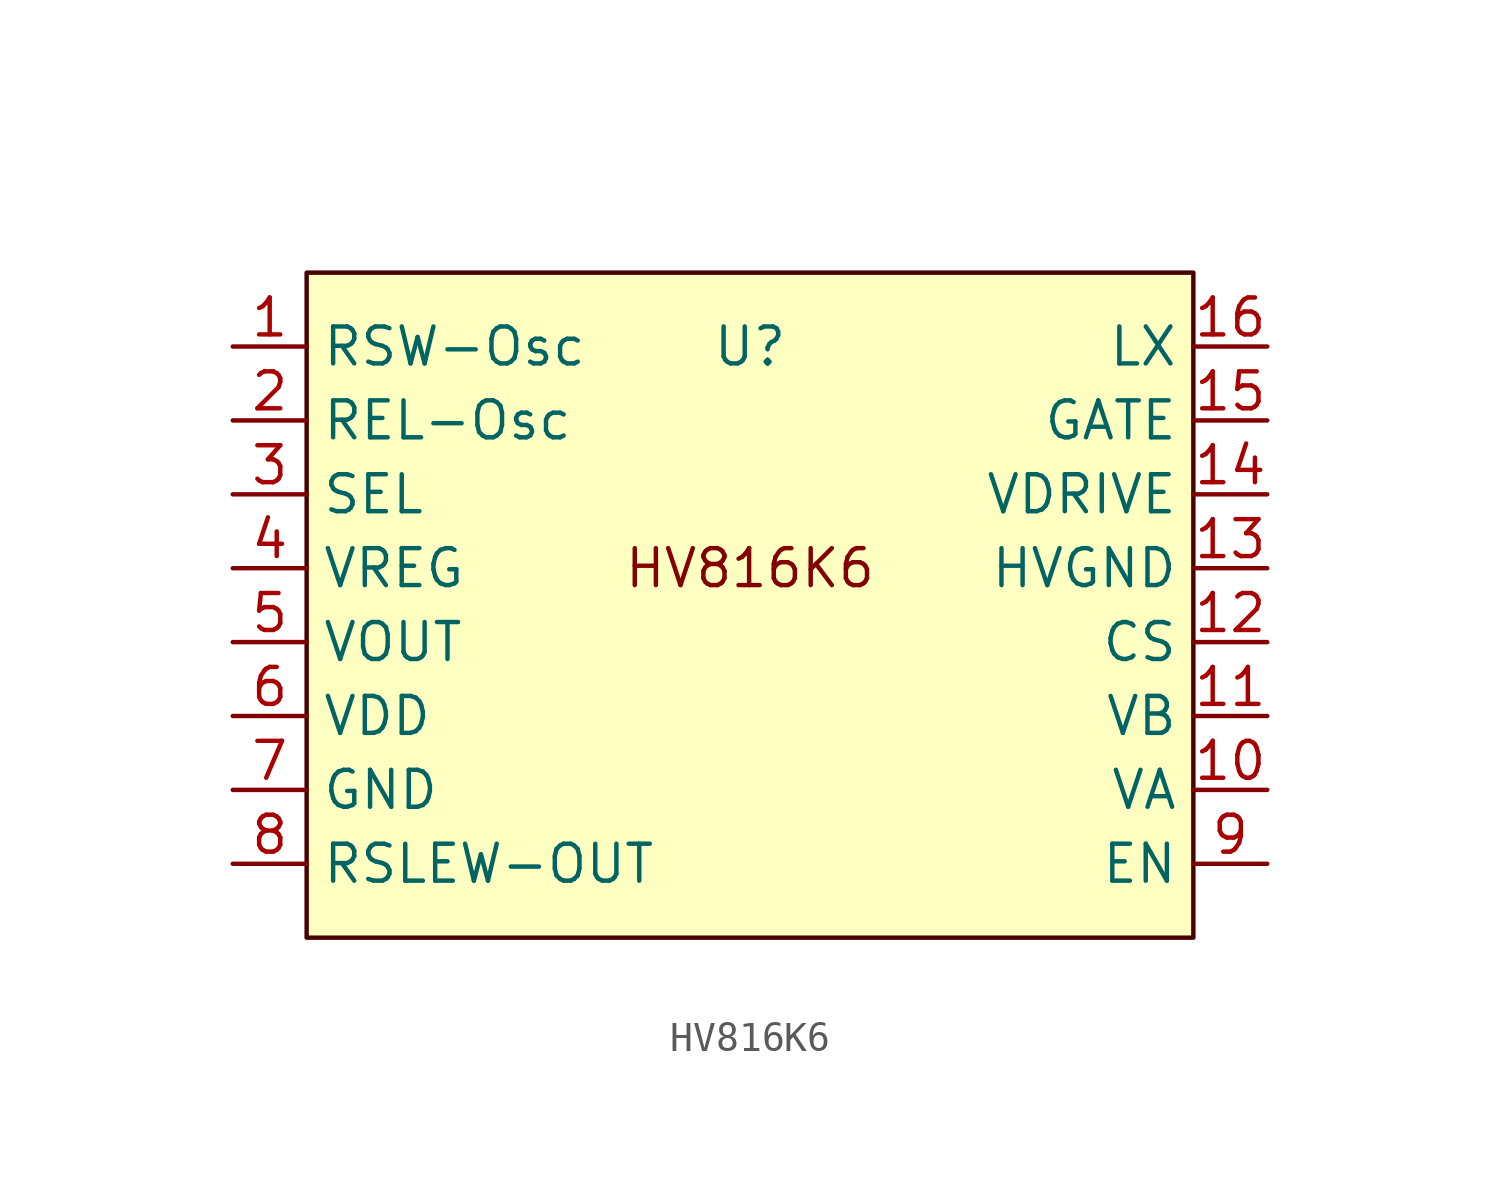
<source format=kicad_sym>
(kicad_symbol_lib
  (version 20220914)
  (generator kicad_symbol_editor)
  (symbol "HV816K6"
    (property "Reference" "U"
      (at 0 -5.08 0)
      (effects (font (size 1.27 1.27))))
    (property "Value" ""
      (at 0 0 0)
      (effects (font (size 1.27 1.27))))
    (symbol "HV816K6_1_1"
      (rectangle (start -15.24 -2.54) (end 15.24 -25.4) (stroke (width 0) (type solid) (color 72 0 0 1)) (fill (type background)))
      (text "HV816K6" (at 0 -12.7 0) (effects (font (size 1.27 1.27))))
      (pin input line (at -17.78 -5.08 0) (length 2.54) (name "RSW-Osc" (effects (font (size 1.27 1.27)))) (number "1" (effects (font (size 1.27 1.27)))))
      (pin power_out line (at 17.78 -20.32 180) (length 2.54) (name "VA" (effects (font (size 1.27 1.27)))) (number "10" (effects (font (size 1.27 1.27)))))
      (pin power_out line (at 17.78 -17.78 180) (length 2.54) (name "VB" (effects (font (size 1.27 1.27)))) (number "11" (effects (font (size 1.27 1.27)))))
      (pin output line (at 17.78 -15.24 180) (length 2.54) (name "CS" (effects (font (size 1.27 1.27)))) (number "12" (effects (font (size 1.27 1.27)))))
      (pin power_in line (at 17.78 -12.7 180) (length 2.54) (name "HVGND" (effects (font (size 1.27 1.27)))) (number "13" (effects (font (size 1.27 1.27)))))
      (pin output line (at 17.78 -10.16 180) (length 2.54) (name "VDRIVE" (effects (font (size 1.27 1.27)))) (number "14" (effects (font (size 1.27 1.27)))))
      (pin output line (at 17.78 -7.62 180) (length 2.54) (name "GATE" (effects (font (size 1.27 1.27)))) (number "15" (effects (font (size 1.27 1.27)))))
      (pin input line (at 17.78 -5.08 180) (length 2.54) (name "LX" (effects (font (size 1.27 1.27)))) (number "16" (effects (font (size 1.27 1.27)))))
      (pin input line (at -17.78 -7.62 0) (length 2.54) (name "REL-Osc" (effects (font (size 1.27 1.27)))) (number "2" (effects (font (size 1.27 1.27)))))
      (pin input line (at -17.78 -10.16 0) (length 2.54) (name "SEL" (effects (font (size 1.27 1.27)))) (number "3" (effects (font (size 1.27 1.27)))))
      (pin input line (at -17.78 -12.7 0) (length 2.54) (name "VREG" (effects (font (size 1.27 1.27)))) (number "4" (effects (font (size 1.27 1.27)))))
      (pin output line (at -17.78 -15.24 0) (length 2.54) (name "VOUT" (effects (font (size 1.27 1.27)))) (number "5" (effects (font (size 1.27 1.27)))))
      (pin input line (at -17.78 -17.78 0) (length 2.54) (name "VDD" (effects (font (size 1.27 1.27)))) (number "6" (effects (font (size 1.27 1.27)))))
      (pin power_in line (at -17.78 -20.32 0) (length 2.54) (name "GND" (effects (font (size 1.27 1.27)))) (number "7" (effects (font (size 1.27 1.27)))))
      (pin output line (at -17.78 -22.86 0) (length 2.54) (name "RSLEW-OUT" (effects (font (size 1.27 1.27)))) (number "8" (effects (font (size 1.27 1.27)))))
      (pin input line (at 17.78 -22.86 180) (length 2.54) (name "EN" (effects (font (size 1.27 1.27)))) (number "9" (effects (font (size 1.27 1.27))))))))
</source>
